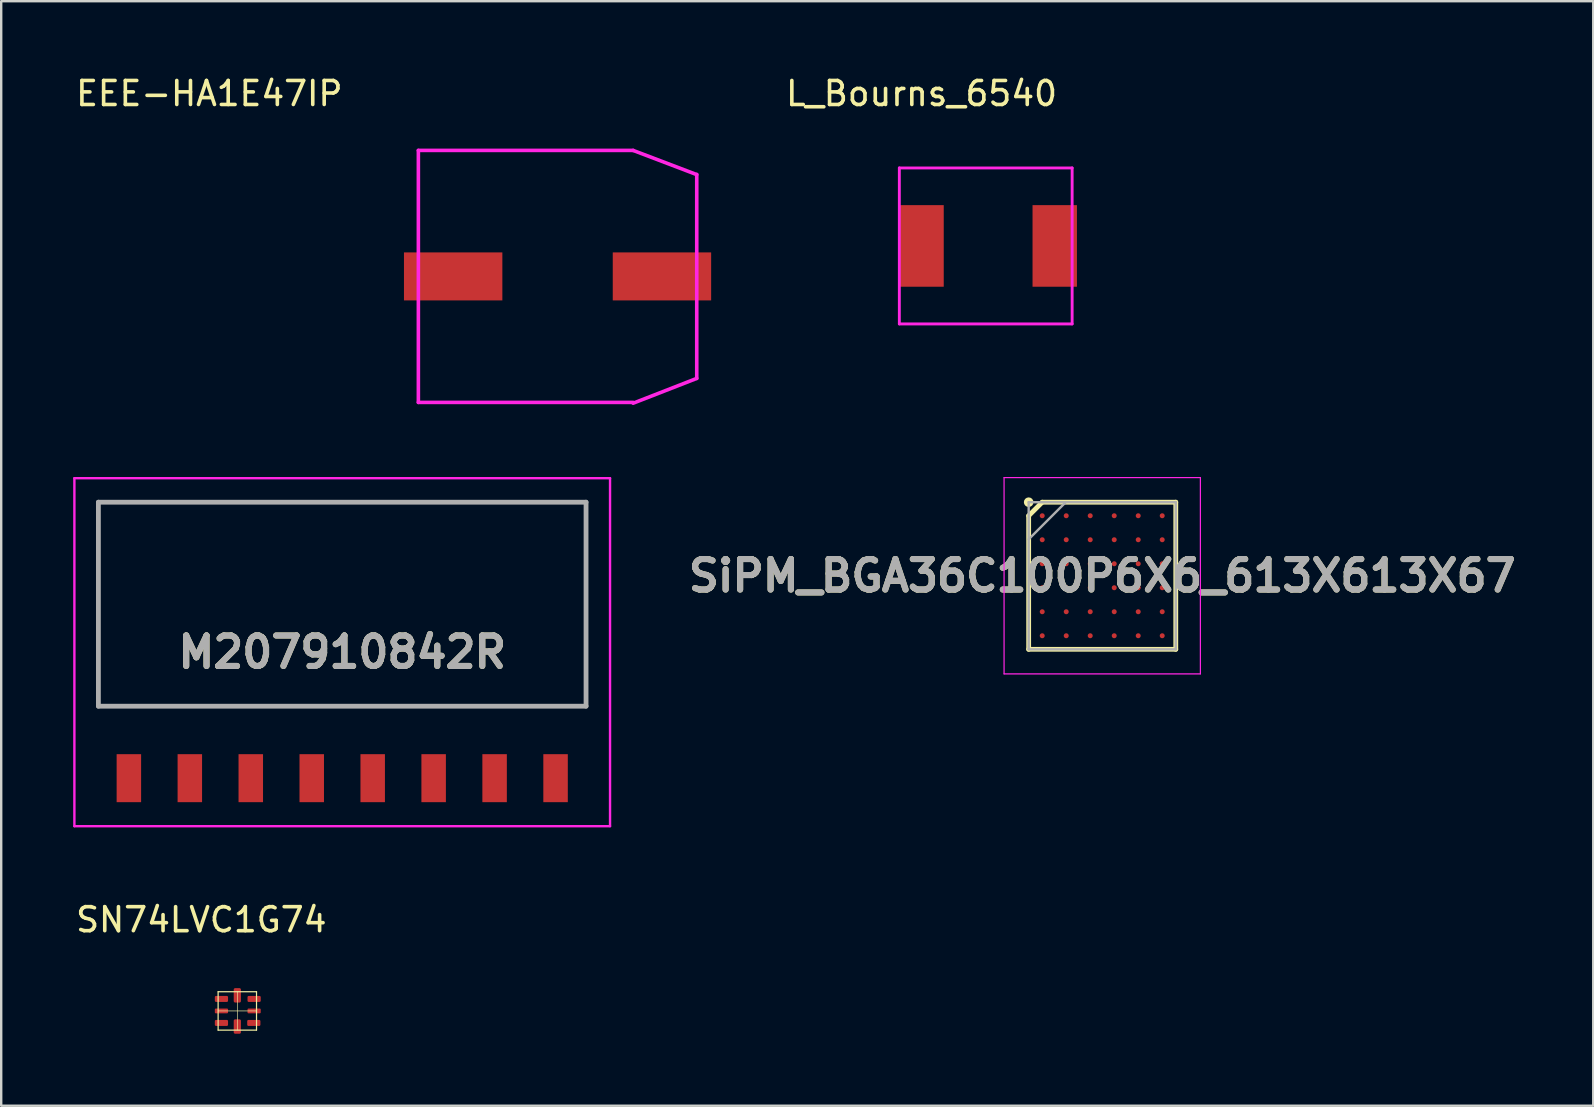
<source format=kicad_pcb>
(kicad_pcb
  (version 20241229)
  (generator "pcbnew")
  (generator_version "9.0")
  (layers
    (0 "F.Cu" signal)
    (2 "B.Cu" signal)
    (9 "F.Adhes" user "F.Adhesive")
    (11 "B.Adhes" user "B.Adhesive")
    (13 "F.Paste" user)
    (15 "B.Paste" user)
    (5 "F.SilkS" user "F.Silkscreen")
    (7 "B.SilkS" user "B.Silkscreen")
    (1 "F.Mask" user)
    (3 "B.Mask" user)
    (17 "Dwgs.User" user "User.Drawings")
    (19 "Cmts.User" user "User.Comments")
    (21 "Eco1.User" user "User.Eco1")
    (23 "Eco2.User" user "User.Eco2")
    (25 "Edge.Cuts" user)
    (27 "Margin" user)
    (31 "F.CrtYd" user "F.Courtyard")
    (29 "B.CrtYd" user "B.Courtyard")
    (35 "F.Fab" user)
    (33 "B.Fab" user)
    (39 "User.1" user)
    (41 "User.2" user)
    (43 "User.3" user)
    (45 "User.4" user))
  (footprint "M207910842R"
    (layer "F.Cu")
    (at 11.21 26.376)
    (property "Reference" "M207910842R" (at 0 -2.25 0) (layer "F.SilkS") (effects (font (size 1.27 1.27) (thickness 0.254))))
    (attr smd)
    (fp_line (start -10.16 -8.5) (end 10.16 -8.5) (stroke (width 0.1) (type solid)) (layer "F.SilkS"))
    (fp_line (start -10.16 0) (end -10.16 -8.5) (stroke (width 0.1) (type solid)) (layer "F.SilkS"))
    (fp_line (start 10.16 -8.5) (end 10.16 0) (stroke (width 0.1) (type solid)) (layer "F.SilkS"))
    (fp_line (start 10.16 0) (end -10.16 0) (stroke (width 0.1) (type solid)) (layer "F.SilkS"))
    (fp_line (start -11.16 -9.5) (end 11.16 -9.5) (stroke (width 0.1) (type solid)) (layer "F.CrtYd"))
    (fp_line (start -11.16 5) (end -11.16 -9.5) (stroke (width 0.1) (type solid)) (layer "F.CrtYd"))
    (fp_line (start 11.16 -9.5) (end 11.16 5) (stroke (width 0.1) (type solid)) (layer "F.CrtYd"))
    (fp_line (start 11.16 5) (end -11.16 5) (stroke (width 0.1) (type solid)) (layer "F.CrtYd"))
    (fp_line (start -10.16 -8.5) (end 10.16 -8.5) (stroke (width 0.2) (type solid)) (layer "F.Fab"))
    (fp_line (start -10.16 0) (end -10.16 -8.5) (stroke (width 0.2) (type solid)) (layer "F.Fab"))
    (fp_line (start 10.16 -8.5) (end 10.16 0) (stroke (width 0.2) (type solid)) (layer "F.Fab"))
    (fp_line (start 10.16 0) (end -10.16 0) (stroke (width 0.2) (type solid)) (layer "F.Fab"))
    (fp_text user "${REFERENCE}" (at 0 -2.25 0) (layer "F.Fab") (effects (font (size 1.27 1.27) (thickness 0.254))))
    (pad "1" smd rect (at -8.89 3) (size 1.02 2) (layers "F.Cu" "F.Mask" "F.Paste"))
    (pad "2" smd rect (at -6.35 3) (size 1.02 2) (layers "F.Cu" "F.Mask" "F.Paste"))
    (pad "3" smd rect (at -3.81 3) (size 1.02 2) (layers "F.Cu" "F.Mask" "F.Paste"))
    (pad "4" smd rect (at -1.27 3) (size 1.02 2) (layers "F.Cu" "F.Mask" "F.Paste"))
    (pad "5" smd rect (at 1.27 3) (size 1.02 2) (layers "F.Cu" "F.Mask" "F.Paste"))
    (pad "6" smd rect (at 3.81 3) (size 1.02 2) (layers "F.Cu" "F.Mask" "F.Paste"))
    (pad "7" smd rect (at 6.35 3) (size 1.02 2) (layers "F.Cu" "F.Mask" "F.Paste"))
    (pad "8" smd rect (at 8.89 3) (size 1.02 2) (layers "F.Cu" "F.Mask" "F.Paste")))
  (footprint "SiPM_BGA36C100P6X6_613X613X67"
    (layer "F.Cu")
    (at 42.879 20.941)
    (property "Reference" "SiPM_BGA36C100P6X6_613X613X67" (at 0 0 0) (layer "F.SilkS") (effects (font (size 1.27 1.27) (thickness 0.254))))
    (attr smd)
    (fp_line (start -3.065 -2.5) (end -2.5 -3.065) (stroke (width 0.2) (type solid)) (layer "F.SilkS"))
    (fp_line (start -3.065 3.065) (end -3.065 -2.5) (stroke (width 0.2) (type solid)) (layer "F.SilkS"))
    (fp_line (start -2.5 -3.065) (end 3.065 -3.065) (stroke (width 0.2) (type solid)) (layer "F.SilkS"))
    (fp_line (start 3.065 -3.065) (end 3.065 3.065) (stroke (width 0.2) (type solid)) (layer "F.SilkS"))
    (fp_line (start 3.065 3.065) (end -3.065 3.065) (stroke (width 0.2) (type solid)) (layer "F.SilkS"))
    (fp_circle (center -3.065 -3.065) (end -3.065 -2.965) (stroke (width 0.2) (type solid)) (fill no) (layer "F.SilkS"))
    (fp_line (start -4.09 -4.09) (end 4.09 -4.09) (stroke (width 0.05) (type solid)) (layer "F.CrtYd"))
    (fp_line (start -4.09 4.09) (end -4.09 -4.09) (stroke (width 0.05) (type solid)) (layer "F.CrtYd"))
    (fp_line (start 4.09 -4.09) (end 4.09 4.09) (stroke (width 0.05) (type solid)) (layer "F.CrtYd"))
    (fp_line (start 4.09 4.09) (end -4.09 4.09) (stroke (width 0.05) (type solid)) (layer "F.CrtYd"))
    (fp_line (start -3.065 -3.065) (end 3.065 -3.065) (stroke (width 0.1) (type solid)) (layer "F.Fab"))
    (fp_line (start -3.065 -1.52) (end -1.52 -3.065) (stroke (width 0.1) (type solid)) (layer "F.Fab"))
    (fp_line (start -3.065 3.065) (end -3.065 -3.065) (stroke (width 0.1) (type solid)) (layer "F.Fab"))
    (fp_line (start 3.065 -3.065) (end 3.065 3.065) (stroke (width 0.1) (type solid)) (layer "F.Fab"))
    (fp_line (start 3.065 3.065) (end -3.065 3.065) (stroke (width 0.1) (type solid)) (layer "F.Fab"))
    (fp_text user "${REFERENCE}" (at 0 0 0) (layer "F.Fab") (effects (font (size 1.27 1.27) (thickness 0.254))))
    (pad "A1" smd circle (at -2.5 -2.5 90) (size 0.208 0.208) (layers "F.Cu" "F.Mask" "F.Paste"))
    (pad "A2" smd circle (at -1.5 -2.5 90) (size 0.208 0.208) (layers "F.Cu" "F.Mask" "F.Paste"))
    (pad "A3" smd circle (at -0.5 -2.5 90) (size 0.208 0.208) (layers "F.Cu" "F.Mask" "F.Paste"))
    (pad "A4" smd circle (at 0.5 -2.5 90) (size 0.208 0.208) (layers "F.Cu" "F.Mask" "F.Paste"))
    (pad "A5" smd circle (at 1.5 -2.5 90) (size 0.208 0.208) (layers "F.Cu" "F.Mask" "F.Paste"))
    (pad "A6" smd circle (at 2.5 -2.5 90) (size 0.208 0.208) (layers "F.Cu" "F.Mask" "F.Paste"))
    (pad "B1" smd circle (at -2.5 -1.5 90) (size 0.208 0.208) (layers "F.Cu" "F.Mask" "F.Paste"))
    (pad "B2" smd circle (at -1.5 -1.5 90) (size 0.208 0.208) (layers "F.Cu" "F.Mask" "F.Paste"))
    (pad "B3" smd circle (at -0.5 -1.5 90) (size 0.208 0.208) (layers "F.Cu" "F.Mask" "F.Paste"))
    (pad "B4" smd circle (at 0.5 -1.5 90) (size 0.208 0.208) (layers "F.Cu" "F.Mask" "F.Paste"))
    (pad "B5" smd circle (at 1.5 -1.5 90) (size 0.208 0.208) (layers "F.Cu" "F.Mask" "F.Paste"))
    (pad "B6" smd circle (at 2.5 -1.5 90) (size 0.208 0.208) (layers "F.Cu" "F.Mask" "F.Paste"))
    (pad "C1" smd circle (at -2.5 -0.5 90) (size 0.208 0.208) (layers "F.Cu" "F.Mask" "F.Paste"))
    (pad "C2" smd circle (at -1.5 -0.5 90) (size 0.208 0.208) (layers "F.Cu" "F.Mask" "F.Paste"))
    (pad "C3" smd circle (at -0.5 -0.5 90) (size 0.208 0.208) (layers "F.Cu" "F.Mask" "F.Paste"))
    (pad "C4" smd circle (at 0.5 -0.5 90) (size 0.208 0.208) (layers "F.Cu" "F.Mask" "F.Paste"))
    (pad "C5" smd circle (at 1.5 -0.5 90) (size 0.208 0.208) (layers "F.Cu" "F.Mask" "F.Paste"))
    (pad "C6" smd circle (at 2.5 -0.5 90) (size 0.208 0.208) (layers "F.Cu" "F.Mask" "F.Paste"))
    (pad "D1" smd circle (at -2.5 0.5 90) (size 0.208 0.208) (layers "F.Cu" "F.Mask" "F.Paste"))
    (pad "D2" smd circle (at -1.5 0.5 90) (size 0.208 0.208) (layers "F.Cu" "F.Mask" "F.Paste"))
    (pad "D3" smd circle (at -0.5 0.5 90) (size 0.208 0.208) (layers "F.Cu" "F.Mask" "F.Paste"))
    (pad "D4" smd circle (at 0.5 0.5 90) (size 0.208 0.208) (layers "F.Cu" "F.Mask" "F.Paste"))
    (pad "D5" smd circle (at 1.5 0.5 90) (size 0.208 0.208) (layers "F.Cu" "F.Mask" "F.Paste"))
    (pad "D6" smd circle (at 2.5 0.5 90) (size 0.208 0.208) (layers "F.Cu" "F.Mask" "F.Paste"))
    (pad "E1" smd circle (at -2.5 1.5 90) (size 0.208 0.208) (layers "F.Cu" "F.Mask" "F.Paste"))
    (pad "E2" smd circle (at -1.5 1.5 90) (size 0.208 0.208) (layers "F.Cu" "F.Mask" "F.Paste"))
    (pad "E3" smd circle (at -0.5 1.5 90) (size 0.208 0.208) (layers "F.Cu" "F.Mask" "F.Paste"))
    (pad "E4" smd circle (at 0.5 1.5 90) (size 0.208 0.208) (layers "F.Cu" "F.Mask" "F.Paste"))
    (pad "E5" smd circle (at 1.5 1.5 90) (size 0.208 0.208) (layers "F.Cu" "F.Mask" "F.Paste"))
    (pad "E6" smd circle (at 2.5 1.5 90) (size 0.208 0.208) (layers "F.Cu" "F.Mask" "F.Paste"))
    (pad "F1" smd circle (at -2.5 2.5 90) (size 0.208 0.208) (layers "F.Cu" "F.Mask" "F.Paste"))
    (pad "F2" smd circle (at -1.5 2.5 90) (size 0.208 0.208) (layers "F.Cu" "F.Mask" "F.Paste"))
    (pad "F3" smd circle (at -0.5 2.5 90) (size 0.208 0.208) (layers "F.Cu" "F.Mask" "F.Paste"))
    (pad "F4" smd circle (at 0.5 2.5 90) (size 0.208 0.208) (layers "F.Cu" "F.Mask" "F.Paste"))
    (pad "F5" smd circle (at 1.5 2.5 90) (size 0.208 0.208) (layers "F.Cu" "F.Mask" "F.Paste"))
    (pad "F6" smd circle (at 2.5 2.5 90) (size 0.208 0.208) (layers "F.Cu" "F.Mask" "F.Paste")))
  (footprint "SN74LVC1G74"
    (layer "F.Cu")
    (at 6.064 38.3)
    (property "Reference" "SN74LVC1G74" (at -0.725 -3.025 0) (layer "F.SilkS") (effects (font (size 1 1) (thickness 0.15))))
    (attr through_hole)
    (fp_line (start -0.025 -0.025) (end 1.575 -0.025) (stroke (width 0.05) (type solid)) (layer "F.SilkS"))
    (fp_line (start -0.025 1.575) (end -0.025 -0.025) (stroke (width 0.05) (type solid)) (layer "F.SilkS"))
    (fp_line (start 0.775 1.575) (end 0.775 -0.025) (stroke (width 0.025) (type solid)) (layer "F.SilkS"))
    (fp_line (start 1.575 -0.025) (end 1.575 1.575) (stroke (width 0.05) (type solid)) (layer "F.SilkS"))
    (fp_line (start 1.575 0.775) (end -0.025 0.775) (stroke (width 0.025) (type solid)) (layer "F.SilkS"))
    (fp_line (start 1.575 1.575) (end -0.025 1.575) (stroke (width 0.05) (type solid)) (layer "F.SilkS"))
    (pad "1" smd roundrect (at 0.113 0.275) (size 0.55 0.25) (layers "F.Cu" "F.Mask" "F.Paste") (roundrect_rratio 0.2))
    (pad "2" smd roundrect (at 0.113 0.775) (size 0.55 0.2) (layers "F.Cu" "F.Mask" "F.Paste") (roundrect_rratio 0.2))
    (pad "3" smd roundrect (at 0.113 1.275) (size 0.55 0.25) (layers "F.Cu" "F.Mask" "F.Paste") (roundrect_rratio 0.2))
    (pad "4" smd roundrect (at 0.775 1.425) (size 0.3 0.6) (layers "F.Cu" "F.Mask" "F.Paste") (roundrect_rratio 0.2))
    (pad "5" smd roundrect (at 1.462 1.275) (size 0.55 0.25) (layers "F.Cu" "F.Mask" "F.Paste") (roundrect_rratio 0.2))
    (pad "6" smd roundrect (at 1.475 0.775) (size 0.55 0.2) (layers "F.Cu" "F.Mask" "F.Paste") (roundrect_rratio 0.2))
    (pad "7" smd roundrect (at 1.475 0.275) (size 0.55 0.25) (layers "F.Cu" "F.Mask" "F.Paste") (roundrect_rratio 0.2))
    (pad "8" smd roundrect (at 0.775 0.125) (size 0.3 0.6) (layers "F.Cu" "F.Mask" "F.Paste") (roundrect_rratio 0.2)))
  (footprint "EEE-HA1E47IP"
    (layer "F.Cu")
    (at 15.833 8.468)
    (property "Reference" "EEE-HA1E47IP" (at -10.16 -7.62 0) (layer "F.SilkS") (effects (font (size 1 1) (thickness 0.15))))
    (attr through_hole)
    (fp_line (start -1.45 -5.25) (end 7.5 -5.25) (stroke (width 0.15) (type solid)) (layer "F.CrtYd"))
    (fp_line (start -1.45 5.25) (end -1.45 -5.25) (stroke (width 0.15) (type solid)) (layer "F.CrtYd"))
    (fp_line (start -1.45 5.25) (end 7.5 5.25) (stroke (width 0.15) (type solid)) (layer "F.CrtYd"))
    (fp_line (start 10.15 -4.242) (end 7.5 -5.25) (stroke (width 0.15) (type solid)) (layer "F.CrtYd"))
    (fp_line (start 10.15 4.25) (end 7.5 5.283) (stroke (width 0.15) (type solid)) (layer "F.CrtYd"))
    (fp_line (start 10.15 4.25) (end 10.15 -4.25) (stroke (width 0.15) (type solid)) (layer "F.CrtYd"))
    (pad "1" smd rect (at 8.7 0 90) (size 2 4.1) (layers "F.Cu" "F.Mask" "F.Paste"))
    (pad "2" smd rect (at 0 0 90) (size 2 4.1) (layers "F.Cu" "F.Mask" "F.Paste")))
  (footprint "L_Bourns_6540"
    (layer "F.Cu")
    (at 35.35 7.198)
    (property "Reference" "L_Bourns_6540" (at 0 -6.35 0) (layer "F.SilkS") (effects (font (size 1 1) (thickness 0.15))))
    (attr through_hole)
    (fp_line (start -0.925 -3.25) (end -0.925 3.25) (stroke (width 0.12) (type solid)) (layer "F.CrtYd"))
    (fp_line (start -0.925 3.25) (end 6.275 3.25) (stroke (width 0.12) (type solid)) (layer "F.CrtYd"))
    (fp_line (start 6.275 -3.25) (end -0.925 -3.25) (stroke (width 0.12) (type solid)) (layer "F.CrtYd"))
    (fp_line (start 6.275 3.25) (end 6.275 -3.25) (stroke (width 0.12) (type solid)) (layer "F.CrtYd"))
    (pad "1" smd rect (at 0 0) (size 1.85 3.4) (layers "F.Cu" "F.Mask" "F.Paste"))
    (pad "2" smd rect (at 5.55 0) (size 1.85 3.4) (layers "F.Cu" "F.Mask" "F.Paste")))
  (gr_rect
    (start -3 -3)
    (end 63.339 43.025)
    (stroke (width 0.1) (type default))
    (fill no)
    (layer "Edge.Cuts")))
</source>
